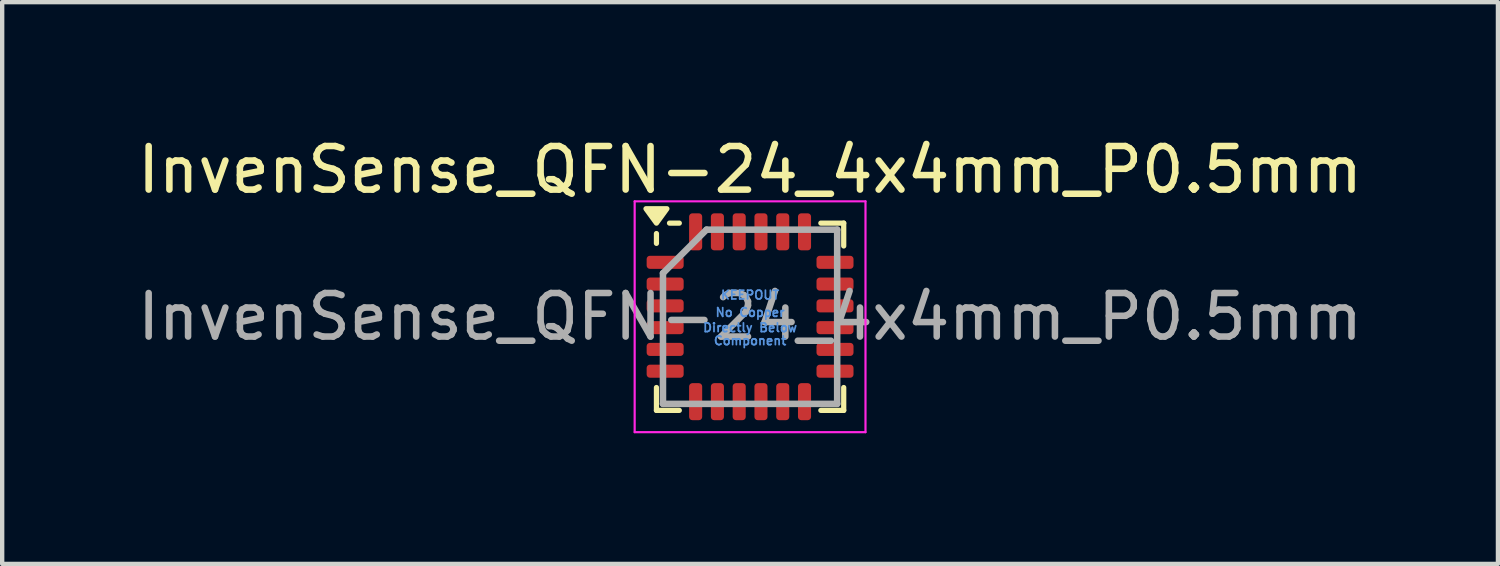
<source format=kicad_pcb>
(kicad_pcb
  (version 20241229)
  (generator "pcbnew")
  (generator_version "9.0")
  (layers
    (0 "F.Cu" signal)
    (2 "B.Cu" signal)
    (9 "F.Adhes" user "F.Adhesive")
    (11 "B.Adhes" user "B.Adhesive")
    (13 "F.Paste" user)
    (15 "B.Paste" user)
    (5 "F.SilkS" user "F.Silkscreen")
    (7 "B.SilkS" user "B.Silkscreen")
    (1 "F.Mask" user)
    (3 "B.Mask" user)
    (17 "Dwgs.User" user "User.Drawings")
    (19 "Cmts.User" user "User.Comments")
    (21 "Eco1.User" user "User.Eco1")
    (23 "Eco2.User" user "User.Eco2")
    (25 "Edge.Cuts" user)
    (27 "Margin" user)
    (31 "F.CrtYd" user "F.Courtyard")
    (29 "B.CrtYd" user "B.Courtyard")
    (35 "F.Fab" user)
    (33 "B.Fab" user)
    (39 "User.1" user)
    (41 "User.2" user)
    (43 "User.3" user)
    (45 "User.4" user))
  (footprint "InvenSense_QFN-24_4x4mm_P0.5mm"
    (layer "F.Cu")
    (at 14.173 4.223)
    (property "Reference" "InvenSense_QFN-24_4x4mm_P0.5mm" (at 0 -3.375 0) (layer "F.SilkS") (effects (font (size 1 1) (thickness 0.15))))
    (attr smd)
    (fp_line (start -2.15 -1.685) (end -2.15 -1.91) (stroke (width 0.12) (type solid)) (layer "F.SilkS"))
    (fp_line (start -2.15 2.15) (end -2.15 1.625) (stroke (width 0.12) (type solid)) (layer "F.SilkS"))
    (fp_line (start -2.15 2.15) (end -1.625 2.15) (stroke (width 0.12) (type solid)) (layer "F.SilkS"))
    (fp_line (start -1.625 -2.15) (end -1.85 -2.15) (stroke (width 0.12) (type solid)) (layer "F.SilkS"))
    (fp_line (start 2.15 -2.15) (end 1.625 -2.15) (stroke (width 0.12) (type solid)) (layer "F.SilkS"))
    (fp_line (start 2.15 -2.15) (end 2.15 -1.625) (stroke (width 0.12) (type solid)) (layer "F.SilkS"))
    (fp_line (start 2.15 2.15) (end 1.625 2.15) (stroke (width 0.12) (type solid)) (layer "F.SilkS"))
    (fp_line (start 2.15 2.15) (end 2.15 1.625) (stroke (width 0.12) (type solid)) (layer "F.SilkS"))
    (fp_poly (pts (xy -2.15 -2.15) (xy -2.39 -2.48) (xy -1.91 -2.48) (xy -2.15 -2.15)) (stroke (width 0.12) (type solid)) (fill yes) (layer "F.SilkS"))
    (fp_line (start -2.65 -2.65) (end -2.65 2.65) (stroke (width 0.05) (type solid)) (layer "F.CrtYd"))
    (fp_line (start -2.65 -2.65) (end 2.65 -2.65) (stroke (width 0.05) (type solid)) (layer "F.CrtYd"))
    (fp_line (start -2.65 2.65) (end 2.65 2.65) (stroke (width 0.05) (type solid)) (layer "F.CrtYd"))
    (fp_line (start 2.65 -2.65) (end 2.65 2.65) (stroke (width 0.05) (type solid)) (layer "F.CrtYd"))
    (fp_line (start -2 -1) (end -1 -2) (stroke (width 0.15) (type solid)) (layer "F.Fab"))
    (fp_line (start -2 2) (end -2 -1) (stroke (width 0.15) (type solid)) (layer "F.Fab"))
    (fp_line (start -1 -2) (end 2 -2) (stroke (width 0.15) (type solid)) (layer "F.Fab"))
    (fp_line (start 2 -2) (end 2 2) (stroke (width 0.15) (type solid)) (layer "F.Fab"))
    (fp_line (start 2 2) (end -2 2) (stroke (width 0.15) (type solid)) (layer "F.Fab"))
    (fp_text user "KEEPOUT" (at 0 -0.5 0) (layer "Cmts.User") (effects (font (size 0.2 0.2) (thickness 0.04))))
    (fp_text user "Directly Below" (at 0 0.25 0) (layer "Cmts.User") (effects (font (size 0.2 0.2) (thickness 0.04))))
    (fp_text user "No Copper" (at 0 -0.1 0) (layer "Cmts.User") (effects (font (size 0.2 0.2) (thickness 0.04))))
    (fp_text user "Component" (at 0 0.55 0) (layer "Cmts.User") (effects (font (size 0.2 0.2) (thickness 0.04))))
    (fp_text user "${REFERENCE}" (at 0 0 0) (layer "F.Fab") (effects (font (size 1 1) (thickness 0.15))))
    (pad "1" smd roundrect (at -1.95 -1.25) (size 0.85 0.3) (layers "F.Cu" "F.Mask" "F.Paste") (roundrect_rratio 0.25))
    (pad "2" smd roundrect (at -1.95 -0.75) (size 0.85 0.3) (layers "F.Cu" "F.Mask" "F.Paste") (roundrect_rratio 0.25))
    (pad "3" smd roundrect (at -1.95 -0.25) (size 0.85 0.3) (layers "F.Cu" "F.Mask" "F.Paste") (roundrect_rratio 0.25))
    (pad "4" smd roundrect (at -1.95 0.25) (size 0.85 0.3) (layers "F.Cu" "F.Mask" "F.Paste") (roundrect_rratio 0.25))
    (pad "5" smd roundrect (at -1.95 0.75) (size 0.85 0.3) (layers "F.Cu" "F.Mask" "F.Paste") (roundrect_rratio 0.25))
    (pad "6" smd roundrect (at -1.95 1.25) (size 0.85 0.3) (layers "F.Cu" "F.Mask" "F.Paste") (roundrect_rratio 0.25))
    (pad "7" smd roundrect (at -1.25 1.95 90) (size 0.85 0.3) (layers "F.Cu" "F.Mask" "F.Paste") (roundrect_rratio 0.25))
    (pad "8" smd roundrect (at -0.75 1.95 90) (size 0.85 0.3) (layers "F.Cu" "F.Mask" "F.Paste") (roundrect_rratio 0.25))
    (pad "9" smd roundrect (at -0.25 1.95 90) (size 0.85 0.3) (layers "F.Cu" "F.Mask" "F.Paste") (roundrect_rratio 0.25))
    (pad "10" smd roundrect (at 0.25 1.95 90) (size 0.85 0.3) (layers "F.Cu" "F.Mask" "F.Paste") (roundrect_rratio 0.25))
    (pad "11" smd roundrect (at 0.75 1.95 90) (size 0.85 0.3) (layers "F.Cu" "F.Mask" "F.Paste") (roundrect_rratio 0.25))
    (pad "12" smd roundrect (at 1.25 1.95 90) (size 0.85 0.3) (layers "F.Cu" "F.Mask" "F.Paste") (roundrect_rratio 0.25))
    (pad "13" smd roundrect (at 1.95 1.25) (size 0.85 0.3) (layers "F.Cu" "F.Mask" "F.Paste") (roundrect_rratio 0.25))
    (pad "14" smd roundrect (at 1.95 0.75) (size 0.85 0.3) (layers "F.Cu" "F.Mask" "F.Paste") (roundrect_rratio 0.25))
    (pad "15" smd roundrect (at 1.95 0.25) (size 0.85 0.3) (layers "F.Cu" "F.Mask" "F.Paste") (roundrect_rratio 0.25))
    (pad "16" smd roundrect (at 1.95 -0.25) (size 0.85 0.3) (layers "F.Cu" "F.Mask" "F.Paste") (roundrect_rratio 0.25))
    (pad "17" smd roundrect (at 1.95 -0.75) (size 0.85 0.3) (layers "F.Cu" "F.Mask" "F.Paste") (roundrect_rratio 0.25))
    (pad "18" smd roundrect (at 1.95 -1.25) (size 0.85 0.3) (layers "F.Cu" "F.Mask" "F.Paste") (roundrect_rratio 0.25))
    (pad "19" smd roundrect (at 1.25 -1.95 90) (size 0.85 0.3) (layers "F.Cu" "F.Mask" "F.Paste") (roundrect_rratio 0.25))
    (pad "20" smd roundrect (at 0.75 -1.95 90) (size 0.85 0.3) (layers "F.Cu" "F.Mask" "F.Paste") (roundrect_rratio 0.25))
    (pad "21" smd roundrect (at 0.25 -1.95 90) (size 0.85 0.3) (layers "F.Cu" "F.Mask" "F.Paste") (roundrect_rratio 0.25))
    (pad "22" smd roundrect (at -0.25 -1.95 90) (size 0.85 0.3) (layers "F.Cu" "F.Mask" "F.Paste") (roundrect_rratio 0.25))
    (pad "23" smd roundrect (at -0.75 -1.95 90) (size 0.85 0.3) (layers "F.Cu" "F.Mask" "F.Paste") (roundrect_rratio 0.25))
    (pad "24" smd roundrect (at -1.25 -1.95 90) (size 0.85 0.3) (layers "F.Cu" "F.Mask" "F.Paste") (roundrect_rratio 0.25))
    (zone (net_name "") (layer "F.Cu") (hatch full 0.508) (connect_pads) (min_thickness 0.254) (filled_areas_thickness no) (keepout (tracks not_allowed) (vias not_allowed) (pads not_allowed) (copperpour not_allowed) (footprints allowed)) (placement (enabled no)) (fill) (polygon (pts (xy 12.798 2.898) (xy 15.548 2.898) (xy 15.548 5.548) (xy 12.798 5.548)))))
  (gr_rect
    (start -3 -3)
    (end 31.345 9.898)
    (stroke (width 0.1) (type default))
    (fill no)
    (layer "Edge.Cuts")))
</source>
